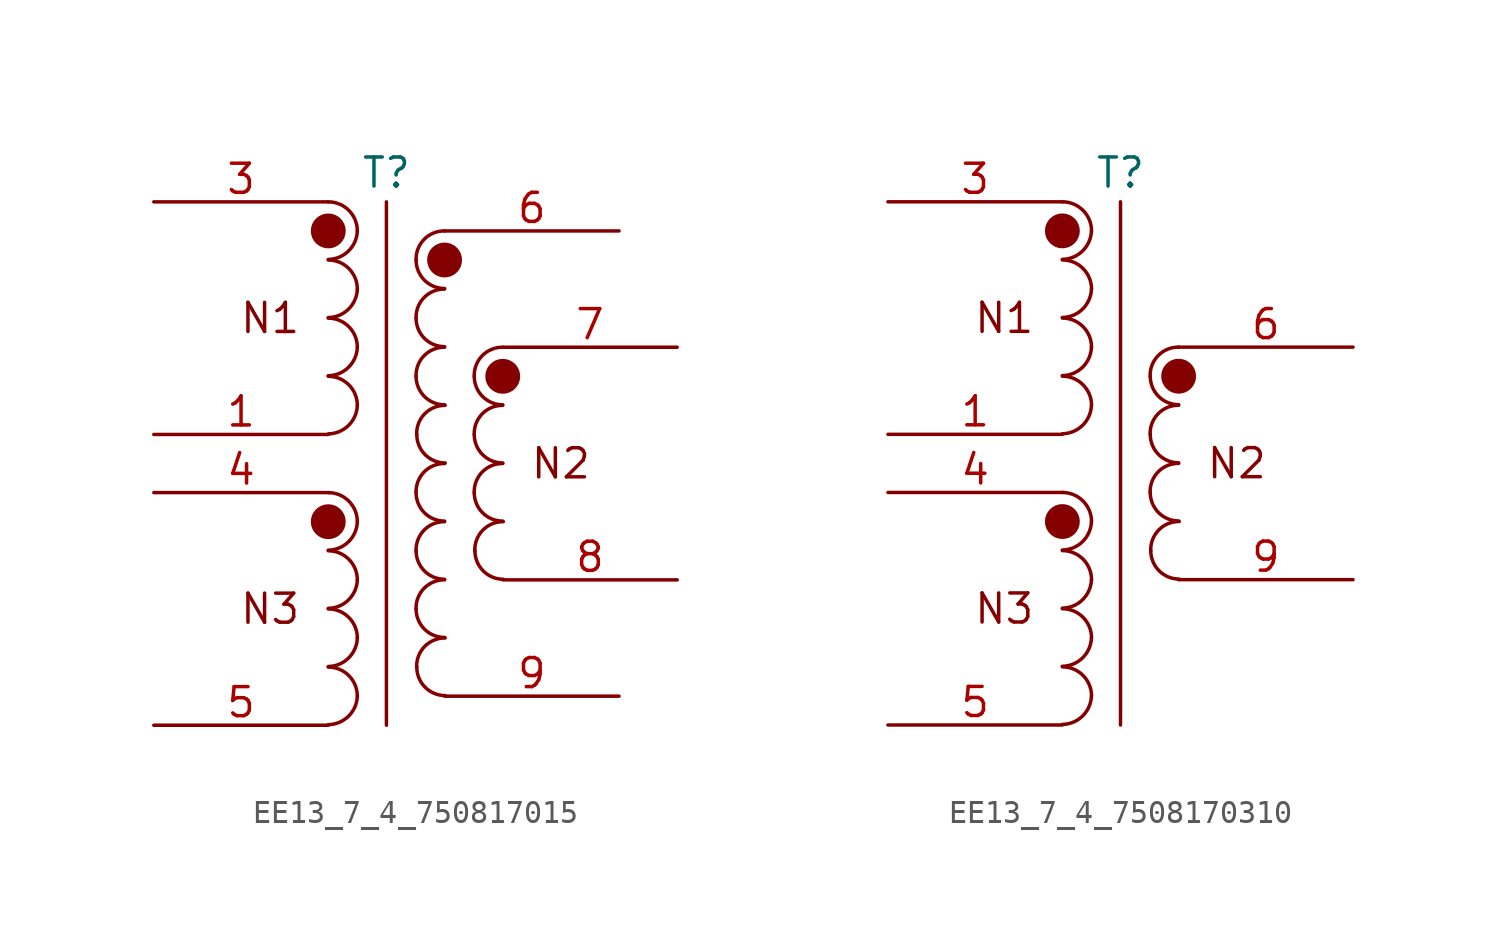
<source format=kicad_sym>
(kicad_symbol_lib
  (version 20220914)
  (generator kicad_symbol_editor)
  (symbol "EE13_7_4_750817015"
    (pin_names hide)
    (property "Reference" "T"
      (at 0 12.7 0)
      (effects (font (size 1.27 1.27))))
    (symbol "EE13_7_4_750817015_0_1"
      (arc (start -2.54 -11.4046) (mid -1.6561 -11.0363) (end -1.27 -10.16) (stroke (width 0) (type default)) (fill (type none)))
      (arc (start -2.54 -8.8646) (mid -1.6561 -8.4963) (end -1.27 -7.62) (stroke (width 0) (type default)) (fill (type none)))
      (arc (start -2.54 -6.3246) (mid -1.6561 -5.9563) (end -1.27 -5.08) (stroke (width 0) (type default)) (fill (type none)))
      (arc (start -2.54 -3.7846) (mid -1.6561 -3.4163) (end -1.27 -2.54) (stroke (width 0) (type default)) (fill (type none)))
      (arc (start -2.54 1.2954) (mid -1.6561 1.6637) (end -1.27 2.54) (stroke (width 0) (type default)) (fill (type none)))
      (arc (start -2.54 3.8354) (mid -1.6561 4.2037) (end -1.27 5.08) (stroke (width 0) (type default)) (fill (type none)))
      (arc (start -2.54 6.3754) (mid -1.6561 6.7437) (end -1.27 7.62) (stroke (width 0) (type default)) (fill (type none)))
      (arc (start -2.54 8.9154) (mid -1.6561 9.2837) (end -1.27 10.16) (stroke (width 0) (type default)) (fill (type none)))
      (arc (start -1.27 -10.16) (mid -1.642 -9.262) (end -2.54 -8.89) (stroke (width 0) (type default)) (fill (type none)))
      (arc (start -1.27 -7.62) (mid -1.642 -6.722) (end -2.54 -6.35) (stroke (width 0) (type default)) (fill (type none)))
      (arc (start -1.27 -5.08) (mid -1.642 -4.182) (end -2.54 -3.81) (stroke (width 0) (type default)) (fill (type none)))
      (arc (start -1.27 -2.54) (mid -1.642 -1.642) (end -2.54 -1.27) (stroke (width 0) (type default)) (fill (type none)))
      (arc (start -1.27 2.54) (mid -1.642 3.438) (end -2.54 3.81) (stroke (width 0) (type default)) (fill (type none)))
      (arc (start -1.27 5.08) (mid -1.642 5.978) (end -2.54 6.35) (stroke (width 0) (type default)) (fill (type none)))
      (arc (start -1.27 7.62) (mid -1.642 8.518) (end -2.54 8.89) (stroke (width 0) (type default)) (fill (type none)))
      (arc (start -1.27 10.16) (mid -1.642 11.058) (end -2.54 11.43) (stroke (width 0) (type default)) (fill (type none)))
      (polyline (pts (xy 0 11.43) (xy 0 -11.43)) (stroke (width 0) (type default)) (fill (type none)))
      (arc (start 1.2954 -6.35) (mid 1.6599 -7.2301) (end 2.54 -7.5946) (stroke (width 0) (type default)) (fill (type none)))
      (arc (start 1.2954 -3.81) (mid 1.6599 -4.6901) (end 2.54 -5.0546) (stroke (width 0) (type default)) (fill (type none)))
      (arc (start 1.2954 -1.27) (mid 1.6599 -2.1501) (end 2.54 -2.5146) (stroke (width 0) (type default)) (fill (type none)))
      (arc (start 1.2954 3.81) (mid 1.6599 2.9299) (end 2.54 2.5654) (stroke (width 0) (type default)) (fill (type none)))
      (arc (start 1.2954 6.35) (mid 1.6599 5.4699) (end 2.54 5.1054) (stroke (width 0) (type default)) (fill (type none)))
      (arc (start 1.2954 8.89) (mid 1.6599 8.0099) (end 2.54 7.6454) (stroke (width 0) (type default)) (fill (type none)))
      (arc (start 1.3208 -8.89) (mid 1.6853 -9.7703) (end 2.5654 -10.1346) (stroke (width 0) (type default)) (fill (type none)))
      (arc (start 1.3208 1.27) (mid 1.6853 0.3897) (end 2.5654 0.0254) (stroke (width 0) (type default)) (fill (type none)))
      (arc (start 2.54 -5.08) (mid 1.6458 -5.4485) (end 1.2954 -6.35) (stroke (width 0) (type default)) (fill (type none)))
      (arc (start 2.54 -2.54) (mid 1.6458 -2.9085) (end 1.2954 -3.81) (stroke (width 0) (type default)) (fill (type none)))
      (arc (start 2.54 0) (mid 1.6458 -0.3685) (end 1.2954 -1.27) (stroke (width 0) (type default)) (fill (type none)))
      (arc (start 2.54 5.08) (mid 1.6458 4.7115) (end 1.2954 3.81) (stroke (width 0) (type default)) (fill (type none)))
      (arc (start 2.54 7.62) (mid 1.6458 7.2515) (end 1.2954 6.35) (stroke (width 0) (type default)) (fill (type none)))
      (arc (start 2.54 10.16) (mid 1.6458 9.7915) (end 1.2954 8.89) (stroke (width 0) (type default)) (fill (type none)))
      (arc (start 2.5654 -7.62) (mid 1.6709 -7.9883) (end 1.3208 -8.89) (stroke (width 0) (type default)) (fill (type none)))
      (arc (start 2.5654 2.54) (mid 1.6709 2.1717) (end 1.3208 1.27) (stroke (width 0) (type default)) (fill (type none)))
      (arc (start 3.8354 -1.27) (mid 4.1999 -2.1501) (end 5.08 -2.5146) (stroke (width 0) (type default)) (fill (type none)))
      (arc (start 3.8354 1.27) (mid 4.1999 0.3899) (end 5.08 0.0254) (stroke (width 0) (type default)) (fill (type none)))
      (arc (start 3.8354 3.81) (mid 4.1999 2.9299) (end 5.08 2.5654) (stroke (width 0) (type default)) (fill (type none)))
      (arc (start 3.8608 -3.81) (mid 4.2254 -4.6899) (end 5.1054 -5.0546) (stroke (width 0) (type default)) (fill (type none)))
      (arc (start 5.08 0) (mid 4.1858 -0.3685) (end 3.8354 -1.27) (stroke (width 0) (type default)) (fill (type none)))
      (arc (start 5.08 2.54) (mid 4.1858 2.1715) (end 3.8354 1.27) (stroke (width 0) (type default)) (fill (type none)))
      (arc (start 5.08 5.08) (mid 4.1858 4.7115) (end 3.8354 3.81) (stroke (width 0) (type default)) (fill (type none)))
      (arc (start 5.1054 -2.54) (mid 4.2109 -2.9083) (end 3.8608 -3.81) (stroke (width 0) (type default)) (fill (type none))))
    (symbol "EE13_7_4_750817015_1_1"
      (circle (center -2.54 -2.54) (radius 0.0001) (stroke (width 0.762) (type default)) (fill (type none)))
      (circle (center -2.54 10.16) (radius 0.0001) (stroke (width 0.762) (type default)) (fill (type none)))
      (circle (center 2.54 8.89) (radius 0.0001) (stroke (width 0.762) (type default)) (fill (type none)))
      (circle (center 5.08 3.81) (radius 0.0001) (stroke (width 0.762) (type default)) (fill (type none)))
      (text "N1" (at -5.08 6.35 0) (effects (font (size 1.27 1.27))))
      (text "N2" (at 7.62 0 0) (effects (font (size 1.27 1.27))))
      (text "N3" (at -5.08 -6.35 0) (effects (font (size 1.27 1.27))))
      (pin passive line (at -10.16 1.27 0) (length 7.62) (name "1" (effects (font (size 1.27 1.27)))) (number "1" (effects (font (size 1.27 1.27)))))
      (pin passive line (at -10.16 11.43 0) (length 7.62) (name "3" (effects (font (size 1.27 1.27)))) (number "3" (effects (font (size 1.27 1.27)))))
      (pin passive line (at -10.16 -1.27 0) (length 7.62) (name "4" (effects (font (size 1.27 1.27)))) (number "4" (effects (font (size 1.27 1.27)))))
      (pin passive line (at -10.16 -11.43 0) (length 7.62) (name "5" (effects (font (size 1.27 1.27)))) (number "5" (effects (font (size 1.27 1.27)))))
      (pin passive line (at 10.16 10.16 180) (length 7.62) (name "6" (effects (font (size 1.27 1.27)))) (number "6" (effects (font (size 1.27 1.27)))))
      (pin passive line (at 12.7 5.08 180) (length 7.62) (name "7" (effects (font (size 1.27 1.27)))) (number "7" (effects (font (size 1.27 1.27)))))
      (pin passive line (at 12.7 -5.08 180) (length 7.62) (name "8" (effects (font (size 1.27 1.27)))) (number "8" (effects (font (size 1.27 1.27)))))
      (pin passive line (at 10.16 -10.16 180) (length 7.62) (name "9" (effects (font (size 1.27 1.27)))) (number "9" (effects (font (size 1.27 1.27)))))))
  (symbol "EE13_7_4_7508170310"
    (pin_names hide)
    (property "Reference" "T"
      (at 0 12.7 0)
      (effects (font (size 1.27 1.27))))
    (symbol "EE13_7_4_7508170310_0_1"
      (arc (start -2.54 -11.4046) (mid -1.6561 -11.0363) (end -1.27 -10.16) (stroke (width 0) (type default)) (fill (type none)))
      (arc (start -2.54 -8.8646) (mid -1.6561 -8.4963) (end -1.27 -7.62) (stroke (width 0) (type default)) (fill (type none)))
      (arc (start -2.54 -6.3246) (mid -1.6561 -5.9563) (end -1.27 -5.08) (stroke (width 0) (type default)) (fill (type none)))
      (arc (start -2.54 -3.7846) (mid -1.6561 -3.4163) (end -1.27 -2.54) (stroke (width 0) (type default)) (fill (type none)))
      (arc (start -2.54 1.2954) (mid -1.6561 1.6637) (end -1.27 2.54) (stroke (width 0) (type default)) (fill (type none)))
      (arc (start -2.54 3.8354) (mid -1.6561 4.2037) (end -1.27 5.08) (stroke (width 0) (type default)) (fill (type none)))
      (arc (start -2.54 6.3754) (mid -1.6561 6.7437) (end -1.27 7.62) (stroke (width 0) (type default)) (fill (type none)))
      (arc (start -2.54 8.9154) (mid -1.6561 9.2837) (end -1.27 10.16) (stroke (width 0) (type default)) (fill (type none)))
      (arc (start -1.27 -10.16) (mid -1.642 -9.262) (end -2.54 -8.89) (stroke (width 0) (type default)) (fill (type none)))
      (arc (start -1.27 -7.62) (mid -1.642 -6.722) (end -2.54 -6.35) (stroke (width 0) (type default)) (fill (type none)))
      (arc (start -1.27 -5.08) (mid -1.642 -4.182) (end -2.54 -3.81) (stroke (width 0) (type default)) (fill (type none)))
      (arc (start -1.27 -2.54) (mid -1.642 -1.642) (end -2.54 -1.27) (stroke (width 0) (type default)) (fill (type none)))
      (arc (start -1.27 2.54) (mid -1.642 3.438) (end -2.54 3.81) (stroke (width 0) (type default)) (fill (type none)))
      (arc (start -1.27 5.08) (mid -1.642 5.978) (end -2.54 6.35) (stroke (width 0) (type default)) (fill (type none)))
      (arc (start -1.27 7.62) (mid -1.642 8.518) (end -2.54 8.89) (stroke (width 0) (type default)) (fill (type none)))
      (arc (start -1.27 10.16) (mid -1.642 11.058) (end -2.54 11.43) (stroke (width 0) (type default)) (fill (type none)))
      (polyline (pts (xy 0 11.43) (xy 0 -11.43)) (stroke (width 0) (type default)) (fill (type none)))
      (arc (start 1.2954 -1.27) (mid 1.6599 -2.1501) (end 2.54 -2.5146) (stroke (width 0) (type default)) (fill (type none)))
      (arc (start 1.2954 1.27) (mid 1.6599 0.3899) (end 2.54 0.0254) (stroke (width 0) (type default)) (fill (type none)))
      (arc (start 1.2954 3.81) (mid 1.6599 2.9299) (end 2.54 2.5654) (stroke (width 0) (type default)) (fill (type none)))
      (arc (start 1.3208 -3.81) (mid 1.6853 -4.6903) (end 2.5654 -5.0546) (stroke (width 0) (type default)) (fill (type none)))
      (arc (start 2.54 0) (mid 1.6458 -0.3685) (end 1.2954 -1.27) (stroke (width 0) (type default)) (fill (type none)))
      (arc (start 2.54 2.54) (mid 1.6458 2.1715) (end 1.2954 1.27) (stroke (width 0) (type default)) (fill (type none)))
      (arc (start 2.54 5.08) (mid 1.6458 4.7115) (end 1.2954 3.81) (stroke (width 0) (type default)) (fill (type none)))
      (arc (start 2.5654 -2.54) (mid 1.6709 -2.9083) (end 1.3208 -3.81) (stroke (width 0) (type default)) (fill (type none))))
    (symbol "EE13_7_4_7508170310_1_1"
      (circle (center -2.54 -2.54) (radius 0.0001) (stroke (width 0.762) (type default)) (fill (type none)))
      (circle (center -2.54 10.16) (radius 0.0001) (stroke (width 0.762) (type default)) (fill (type none)))
      (circle (center 2.54 3.81) (radius 0.0001) (stroke (width 0.762) (type default)) (fill (type none)))
      (text "N1" (at -5.08 6.35 0) (effects (font (size 1.27 1.27))))
      (text "N2" (at 5.08 0 0) (effects (font (size 1.27 1.27))))
      (text "N3" (at -5.08 -6.35 0) (effects (font (size 1.27 1.27))))
      (pin passive line (at -10.16 1.27 0) (length 7.62) (name "1" (effects (font (size 1.27 1.27)))) (number "1" (effects (font (size 1.27 1.27)))))
      (pin passive line (at -10.16 11.43 0) (length 7.62) (name "3" (effects (font (size 1.27 1.27)))) (number "3" (effects (font (size 1.27 1.27)))))
      (pin passive line (at -10.16 -1.27 0) (length 7.62) (name "4" (effects (font (size 1.27 1.27)))) (number "4" (effects (font (size 1.27 1.27)))))
      (pin passive line (at -10.16 -11.43 0) (length 7.62) (name "5" (effects (font (size 1.27 1.27)))) (number "5" (effects (font (size 1.27 1.27)))))
      (pin passive line (at 10.16 5.08 180) (length 7.62) (name "6" (effects (font (size 1.27 1.27)))) (number "6" (effects (font (size 1.27 1.27)))))
      (pin passive line (at 10.16 -5.08 180) (length 7.62) (name "9" (effects (font (size 1.27 1.27)))) (number "9" (effects (font (size 1.27 1.27))))))))
</source>
